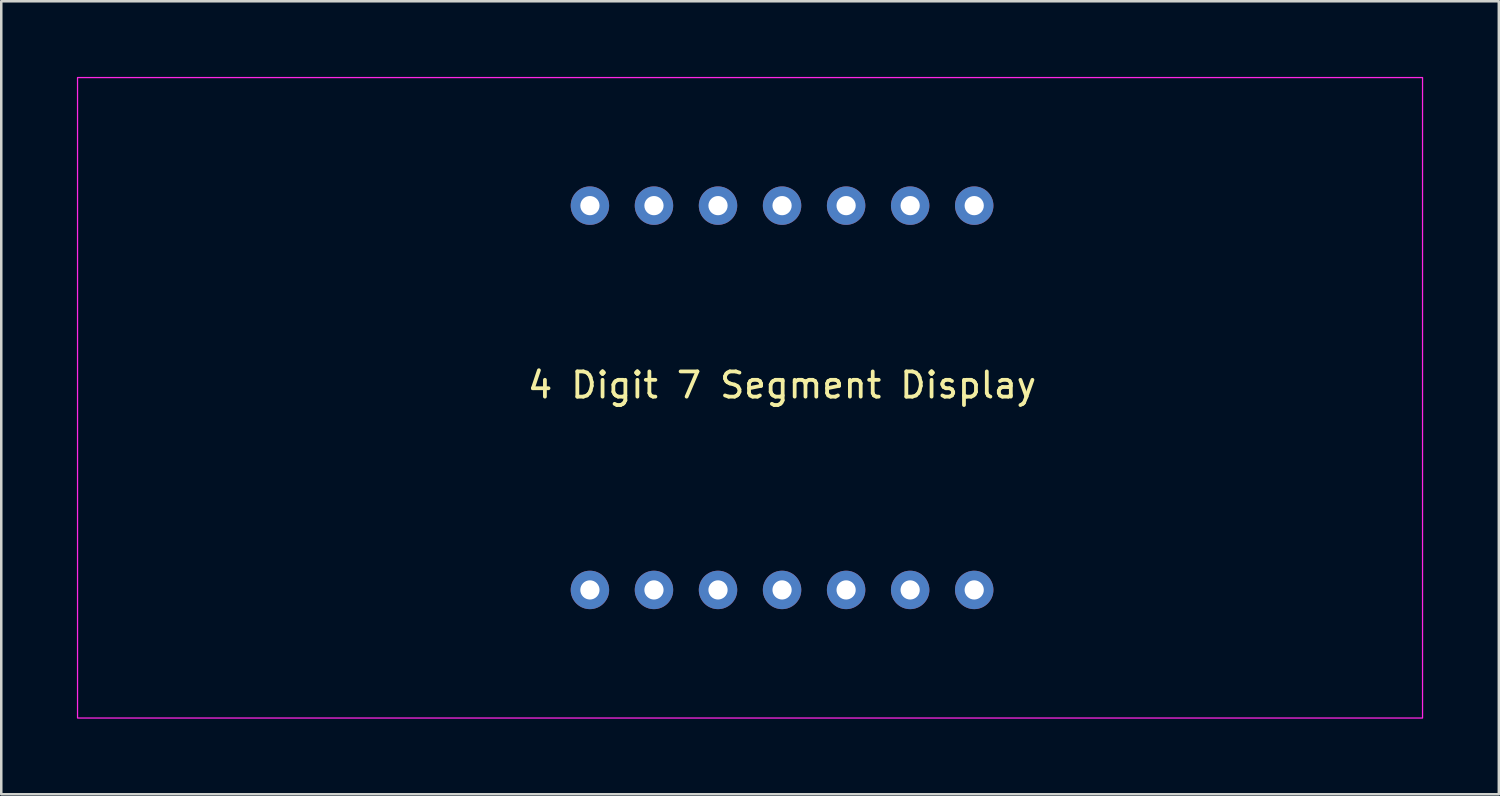
<source format=kicad_pcb>
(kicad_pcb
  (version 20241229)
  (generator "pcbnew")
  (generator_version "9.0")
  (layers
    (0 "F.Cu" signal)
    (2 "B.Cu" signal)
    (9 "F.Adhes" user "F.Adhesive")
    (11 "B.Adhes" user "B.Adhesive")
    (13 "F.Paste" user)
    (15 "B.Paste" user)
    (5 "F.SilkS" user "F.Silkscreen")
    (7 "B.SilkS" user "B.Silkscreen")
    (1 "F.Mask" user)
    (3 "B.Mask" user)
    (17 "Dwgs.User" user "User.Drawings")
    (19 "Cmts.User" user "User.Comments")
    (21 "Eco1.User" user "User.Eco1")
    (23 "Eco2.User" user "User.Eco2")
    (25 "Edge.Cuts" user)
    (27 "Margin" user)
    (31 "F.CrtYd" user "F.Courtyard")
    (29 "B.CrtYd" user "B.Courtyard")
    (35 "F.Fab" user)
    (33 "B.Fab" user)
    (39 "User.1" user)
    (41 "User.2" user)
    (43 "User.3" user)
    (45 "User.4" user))
  (footprint "4 Digit 7 Segment Display"
    (layer "F.Cu")
    (at 27.965 12.725)
    (property "Reference" "4 Digit 7 Segment Display" (at 0 -0.5 0) (unlocked yes) (layer "F.SilkS") (effects (font (size 1 1) (thickness 0.15))))
    (attr through_hole)
    (fp_rect (start -27.94 -12.7) (end 25.4 12.7) (stroke (width 0.05) (type solid)) (fill no) (layer "F.CrtYd"))
    (pad "1" thru_hole circle (at -7.62 7.62) (size 1.524 1.524) (drill 0.762) (layers "*.Cu" "*.Mask"))
    (pad "2" thru_hole circle (at -5.08 7.62) (size 1.524 1.524) (drill 0.762) (layers "*.Cu" "*.Mask"))
    (pad "3" thru_hole circle (at -2.54 7.62) (size 1.524 1.524) (drill 0.762) (layers "*.Cu" "*.Mask"))
    (pad "4" thru_hole circle (at 0 7.62) (size 1.524 1.524) (drill 0.762) (layers "*.Cu" "*.Mask"))
    (pad "5" thru_hole circle (at 2.54 7.62) (size 1.524 1.524) (drill 0.762) (layers "*.Cu" "*.Mask"))
    (pad "6" thru_hole circle (at 5.08 7.62) (size 1.524 1.524) (drill 0.762) (layers "*.Cu" "*.Mask"))
    (pad "7" thru_hole circle (at 7.62 7.62) (size 1.524 1.524) (drill 0.762) (layers "*.Cu" "*.Mask"))
    (pad "8" thru_hole circle (at 7.62 -7.62) (size 1.524 1.524) (drill 0.762) (layers "*.Cu" "*.Mask"))
    (pad "9" thru_hole circle (at 5.08 -7.62) (size 1.524 1.524) (drill 0.762) (layers "*.Cu" "*.Mask"))
    (pad "10" thru_hole circle (at 2.54 -7.62) (size 1.524 1.524) (drill 0.762) (layers "*.Cu" "*.Mask"))
    (pad "11" thru_hole circle (at 0 -7.62) (size 1.524 1.524) (drill 0.762) (layers "*.Cu" "*.Mask"))
    (pad "12" thru_hole circle (at -2.54 -7.62) (size 1.524 1.524) (drill 0.762) (layers "*.Cu" "*.Mask"))
    (pad "13" thru_hole circle (at -5.08 -7.62) (size 1.524 1.524) (drill 0.762) (layers "*.Cu" "*.Mask"))
    (pad "14" thru_hole circle (at -7.62 -7.62) (size 1.524 1.524) (drill 0.762) (layers "*.Cu" "*.Mask")))
  (gr_rect
    (start -3 -3)
    (end 56.39 28.45)
    (stroke (width 0.1) (type default))
    (fill no)
    (layer "Edge.Cuts")))
</source>
